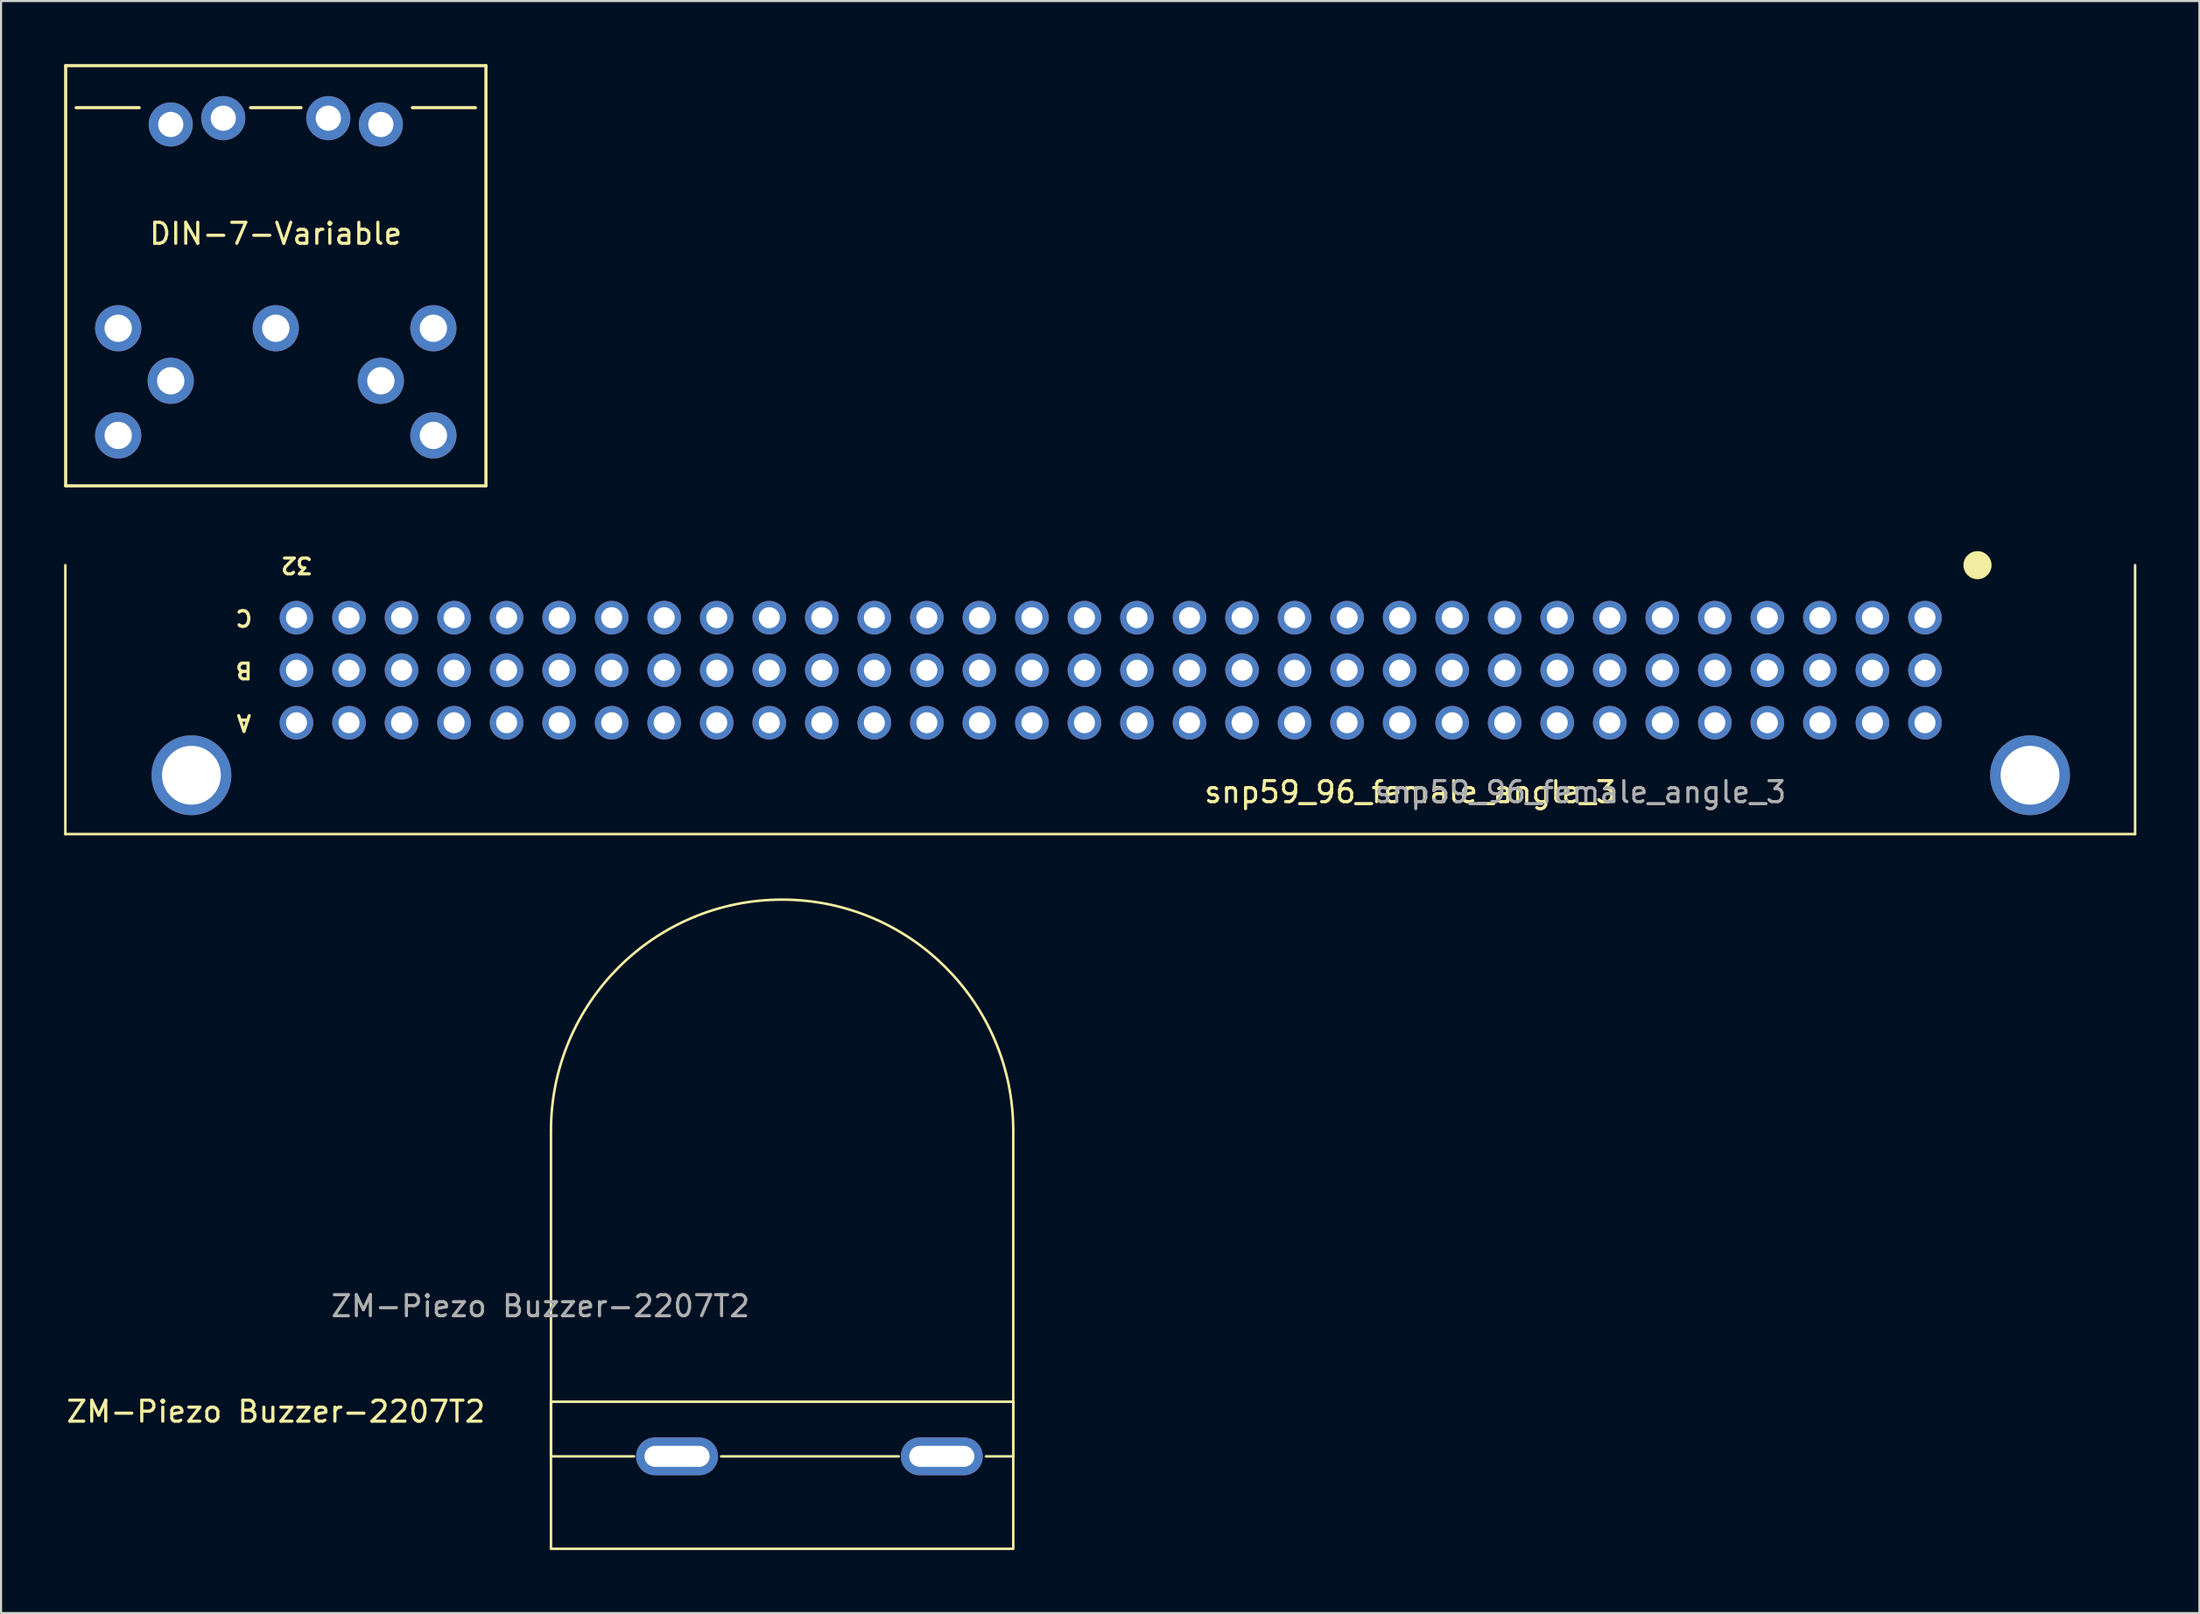
<source format=kicad_pcb>
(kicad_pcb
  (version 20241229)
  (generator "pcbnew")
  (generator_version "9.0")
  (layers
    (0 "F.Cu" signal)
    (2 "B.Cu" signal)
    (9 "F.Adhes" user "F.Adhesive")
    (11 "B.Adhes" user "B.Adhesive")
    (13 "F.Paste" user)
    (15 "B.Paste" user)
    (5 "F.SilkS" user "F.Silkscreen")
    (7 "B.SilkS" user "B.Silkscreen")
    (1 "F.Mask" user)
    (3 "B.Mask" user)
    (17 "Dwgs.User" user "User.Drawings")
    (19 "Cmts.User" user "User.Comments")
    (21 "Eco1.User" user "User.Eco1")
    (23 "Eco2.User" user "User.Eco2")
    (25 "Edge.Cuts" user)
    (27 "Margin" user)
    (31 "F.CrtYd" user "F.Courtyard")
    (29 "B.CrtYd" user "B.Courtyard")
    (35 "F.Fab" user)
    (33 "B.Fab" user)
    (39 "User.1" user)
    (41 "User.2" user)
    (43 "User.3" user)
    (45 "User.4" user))
  (footprint "DIN-7-Variable"
    (layer "F.Cu")
    (at 10.075 12.575)
    (property "Reference" "DIN-7-Variable" (at 0 -4.5 180) (layer "F.SilkS") (effects (font (size 1 1) (thickness 0.15))))
    (attr through_hole)
    (fp_line (start -10 -12.5) (end -10 7.5) (stroke (width 0.15) (type solid)) (layer "F.SilkS"))
    (fp_line (start -10 7.5) (end 10 7.5) (stroke (width 0.15) (type solid)) (layer "F.SilkS"))
    (fp_line (start -9.5 -10.5) (end -6.5 -10.5) (stroke (width 0.15) (type solid)) (layer "F.SilkS"))
    (fp_line (start -1.2 -10.5) (end 1.2 -10.5) (stroke (width 0.15) (type solid)) (layer "F.SilkS"))
    (fp_line (start 6.5 -10.5) (end 9.5 -10.5) (stroke (width 0.15) (type solid)) (layer "F.SilkS"))
    (fp_line (start 10 -12.5) (end -10 -12.5) (stroke (width 0.15) (type solid)) (layer "F.SilkS"))
    (fp_line (start 10 7.5) (end 10 -12.5) (stroke (width 0.15) (type solid)) (layer "F.SilkS"))
    (pad "" thru_hole circle (at -5 -9.7) (size 2.1 2.1) (drill 1.2) (layers "*.Cu" "*.Mask"))
    (pad "" thru_hole circle (at -2.5 -10) (size 2.1 2.1) (drill 1.2) (layers "*.Cu" "*.Mask"))
    (pad "" thru_hole circle (at 2.5 -10) (size 2.1 2.1) (drill 1.2) (layers "*.Cu" "*.Mask"))
    (pad "" thru_hole circle (at 5 -9.7) (size 2.1 2.1) (drill 1.2) (layers "*.Cu" "*.Mask"))
    (pad "1" thru_hole circle (at -7.5 0) (size 2.2 2.2) (drill 1.3) (layers "*.Cu" "*.Mask"))
    (pad "2" thru_hole circle (at 0 0) (size 2.2 2.2) (drill 1.3) (layers "*.Cu" "*.Mask"))
    (pad "3" thru_hole circle (at 7.5 0) (size 2.2 2.2) (drill 1.3) (layers "*.Cu" "*.Mask"))
    (pad "4" thru_hole circle (at -5 2.5) (size 2.2 2.2) (drill 1.3) (layers "*.Cu" "*.Mask"))
    (pad "5" thru_hole circle (at 5 2.5) (size 2.2 2.2) (drill 1.3) (layers "*.Cu" "*.Mask"))
    (pad "6" thru_hole circle (at -7.5 5.1) (size 2.2 2.2) (drill 1.3) (layers "*.Cu" "*.Mask"))
    (pad "7" thru_hole circle (at 7.5 5.1) (size 2.2 2.2) (drill 1.3) (layers "*.Cu" "*.Mask")))
  (footprint "snp59_96_female_angle_3"
    (layer "F.Cu")
    (at 88.56 31.352)
    (property "Reference" "snp59_96_female_angle_3" (at -24.5 3.3 0) (unlocked yes) (layer "F.SilkS") (effects (font (size 1 1) (thickness 0.15))))
    (attr through_hole)
    (fp_line (start -88.5 5.3) (end -88.5 -7.5) (stroke (width 0.12) (type solid)) (layer "F.SilkS"))
    (fp_line (start 10 -7.5) (end 10 5.3) (stroke (width 0.12) (type solid)) (layer "F.SilkS"))
    (fp_line (start 10 5.3) (end -88.5 5.3) (stroke (width 0.12) (type solid)) (layer "F.SilkS"))
    (fp_circle (center 2.5 -7.5) (end 3.108 -7.5) (stroke (width 0.12) (type solid)) (fill yes) (layer "F.SilkS"))
    (fp_text user "32" (at -77.5 -7.5 180) (unlocked yes) (layer "F.SilkS") (effects (font (size 0.75 0.75) (thickness 0.15))))
    (fp_text user "A" (at -80 0 180) (unlocked yes) (layer "F.SilkS") (effects (font (size 0.75 0.75) (thickness 0.15))))
    (fp_text user "B" (at -80 -2.5 180) (unlocked yes) (layer "F.SilkS") (effects (font (size 0.75 0.75) (thickness 0.15))))
    (fp_text user "C" (at -80 -5 180) (unlocked yes) (layer "F.SilkS") (effects (font (size 0.75 0.75) (thickness 0.15))))
    (fp_text user "${REFERENCE}" (at -16.4 3.3 0) (unlocked yes) (layer "F.Fab") (effects (font (size 1 1) (thickness 0.15))))
    (pad "" np_thru_hole circle (at -82.5 2.5) (size 3.8 3.8) (drill 2.8) (layers "*.Cu" "*.Mask"))
    (pad "" np_thru_hole circle (at 5 2.5) (size 3.8 3.8) (drill 2.8) (layers "*.Cu" "*.Mask"))
    (pad "1" thru_hole circle (at 0 -5) (size 1.6 1.6) (drill 1) (layers "*.Cu" "*.Mask"))
    (pad "1" thru_hole circle (at 0 -2.5) (size 1.6 1.6) (drill 1) (layers "*.Cu" "*.Mask"))
    (pad "2" thru_hole circle (at -2.5 -5) (size 1.6 1.6) (drill 1) (layers "*.Cu" "*.Mask"))
    (pad "2" thru_hole circle (at -2.5 -2.5) (size 1.6 1.6) (drill 1) (layers "*.Cu" "*.Mask"))
    (pad "3" thru_hole circle (at -5 -5) (size 1.6 1.6) (drill 1) (layers "*.Cu" "*.Mask"))
    (pad "3" thru_hole circle (at -5 -2.5) (size 1.6 1.6) (drill 1) (layers "*.Cu" "*.Mask"))
    (pad "4" thru_hole circle (at -7.5 -5) (size 1.6 1.6) (drill 1) (layers "*.Cu" "*.Mask"))
    (pad "4" thru_hole circle (at -7.5 -2.5) (size 1.6 1.6) (drill 1) (layers "*.Cu" "*.Mask"))
    (pad "5" thru_hole circle (at -10 -5) (size 1.6 1.6) (drill 1) (layers "*.Cu" "*.Mask"))
    (pad "5" thru_hole circle (at -10 -2.5) (size 1.6 1.6) (drill 1) (layers "*.Cu" "*.Mask"))
    (pad "6" thru_hole circle (at -12.5 -5) (size 1.6 1.6) (drill 1) (layers "*.Cu" "*.Mask"))
    (pad "6" thru_hole circle (at -12.5 -2.5) (size 1.6 1.6) (drill 1) (layers "*.Cu" "*.Mask"))
    (pad "7" thru_hole circle (at -15 -5) (size 1.6 1.6) (drill 1) (layers "*.Cu" "*.Mask"))
    (pad "7" thru_hole circle (at -15 -2.5) (size 1.6 1.6) (drill 1) (layers "*.Cu" "*.Mask"))
    (pad "8" thru_hole circle (at -17.5 -5) (size 1.6 1.6) (drill 1) (layers "*.Cu" "*.Mask"))
    (pad "8" thru_hole circle (at -17.5 -2.5) (size 1.6 1.6) (drill 1) (layers "*.Cu" "*.Mask"))
    (pad "9" thru_hole circle (at -20 -5) (size 1.6 1.6) (drill 1) (layers "*.Cu" "*.Mask"))
    (pad "9" thru_hole circle (at -20 -2.5) (size 1.6 1.6) (drill 1) (layers "*.Cu" "*.Mask"))
    (pad "10" thru_hole circle (at -22.5 -5) (size 1.6 1.6) (drill 1) (layers "*.Cu" "*.Mask"))
    (pad "10" thru_hole circle (at -22.5 -2.5) (size 1.6 1.6) (drill 1) (layers "*.Cu" "*.Mask"))
    (pad "11" thru_hole circle (at -25 -5) (size 1.6 1.6) (drill 1) (layers "*.Cu" "*.Mask"))
    (pad "11" thru_hole circle (at -25 -2.5) (size 1.6 1.6) (drill 1) (layers "*.Cu" "*.Mask"))
    (pad "12" thru_hole circle (at -27.5 -5) (size 1.6 1.6) (drill 1) (layers "*.Cu" "*.Mask"))
    (pad "12" thru_hole circle (at -27.5 -2.5) (size 1.6 1.6) (drill 1) (layers "*.Cu" "*.Mask"))
    (pad "13" thru_hole circle (at -30 -5) (size 1.6 1.6) (drill 1) (layers "*.Cu" "*.Mask"))
    (pad "13" thru_hole circle (at -30 -2.5) (size 1.6 1.6) (drill 1) (layers "*.Cu" "*.Mask"))
    (pad "14" thru_hole circle (at -32.5 -5) (size 1.6 1.6) (drill 1) (layers "*.Cu" "*.Mask"))
    (pad "14" thru_hole circle (at -32.5 -2.5) (size 1.6 1.6) (drill 1) (layers "*.Cu" "*.Mask"))
    (pad "15" thru_hole circle (at -35 -5) (size 1.6 1.6) (drill 1) (layers "*.Cu" "*.Mask"))
    (pad "15" thru_hole circle (at -35 -2.5) (size 1.6 1.6) (drill 1) (layers "*.Cu" "*.Mask"))
    (pad "16" thru_hole circle (at -37.5 -5) (size 1.6 1.6) (drill 1) (layers "*.Cu" "*.Mask"))
    (pad "16" thru_hole circle (at -37.5 -2.5) (size 1.6 1.6) (drill 1) (layers "*.Cu" "*.Mask"))
    (pad "17" thru_hole circle (at -40 -5) (size 1.6 1.6) (drill 1) (layers "*.Cu" "*.Mask"))
    (pad "17" thru_hole circle (at -40 -2.5) (size 1.6 1.6) (drill 1) (layers "*.Cu" "*.Mask"))
    (pad "18" thru_hole circle (at -42.5 -5) (size 1.6 1.6) (drill 1) (layers "*.Cu" "*.Mask"))
    (pad "18" thru_hole circle (at -42.5 -2.5) (size 1.6 1.6) (drill 1) (layers "*.Cu" "*.Mask"))
    (pad "19" thru_hole circle (at -45 -5) (size 1.6 1.6) (drill 1) (layers "*.Cu" "*.Mask"))
    (pad "19" thru_hole circle (at -45 -2.5) (size 1.6 1.6) (drill 1) (layers "*.Cu" "*.Mask"))
    (pad "20" thru_hole circle (at -47.5 -5) (size 1.6 1.6) (drill 1) (layers "*.Cu" "*.Mask"))
    (pad "20" thru_hole circle (at -47.5 -2.5) (size 1.6 1.6) (drill 1) (layers "*.Cu" "*.Mask"))
    (pad "21" thru_hole circle (at -50 -5) (size 1.6 1.6) (drill 1) (layers "*.Cu" "*.Mask"))
    (pad "21" thru_hole circle (at -50 -2.5) (size 1.6 1.6) (drill 1) (layers "*.Cu" "*.Mask"))
    (pad "22" thru_hole circle (at -52.5 -5) (size 1.6 1.6) (drill 1) (layers "*.Cu" "*.Mask"))
    (pad "22" thru_hole circle (at -52.5 -2.5) (size 1.6 1.6) (drill 1) (layers "*.Cu" "*.Mask"))
    (pad "23" thru_hole circle (at -55 -5) (size 1.6 1.6) (drill 1) (layers "*.Cu" "*.Mask"))
    (pad "23" thru_hole circle (at -55 -2.5) (size 1.6 1.6) (drill 1) (layers "*.Cu" "*.Mask"))
    (pad "24" thru_hole circle (at -57.5 -5) (size 1.6 1.6) (drill 1) (layers "*.Cu" "*.Mask"))
    (pad "24" thru_hole circle (at -57.5 -2.5) (size 1.6 1.6) (drill 1) (layers "*.Cu" "*.Mask"))
    (pad "25" thru_hole circle (at -60 -5) (size 1.6 1.6) (drill 1) (layers "*.Cu" "*.Mask"))
    (pad "25" thru_hole circle (at -60 -2.5) (size 1.6 1.6) (drill 1) (layers "*.Cu" "*.Mask"))
    (pad "26" thru_hole circle (at -62.5 -5) (size 1.6 1.6) (drill 1) (layers "*.Cu" "*.Mask"))
    (pad "26" thru_hole circle (at -62.5 -2.5) (size 1.6 1.6) (drill 1) (layers "*.Cu" "*.Mask"))
    (pad "27" thru_hole circle (at -65 -5) (size 1.6 1.6) (drill 1) (layers "*.Cu" "*.Mask"))
    (pad "27" thru_hole circle (at -65 -2.5) (size 1.6 1.6) (drill 1) (layers "*.Cu" "*.Mask"))
    (pad "28" thru_hole circle (at -67.5 -5) (size 1.6 1.6) (drill 1) (layers "*.Cu" "*.Mask"))
    (pad "28" thru_hole circle (at -67.5 -2.5) (size 1.6 1.6) (drill 1) (layers "*.Cu" "*.Mask"))
    (pad "29" thru_hole circle (at -70 -5) (size 1.6 1.6) (drill 1) (layers "*.Cu" "*.Mask"))
    (pad "29" thru_hole circle (at -70 -2.5) (size 1.6 1.6) (drill 1) (layers "*.Cu" "*.Mask"))
    (pad "30" thru_hole circle (at -72.5 -5) (size 1.6 1.6) (drill 1) (layers "*.Cu" "*.Mask"))
    (pad "30" thru_hole circle (at -72.5 -2.5) (size 1.6 1.6) (drill 1) (layers "*.Cu" "*.Mask"))
    (pad "31" thru_hole circle (at -75 -5) (size 1.6 1.6) (drill 1) (layers "*.Cu" "*.Mask"))
    (pad "31" thru_hole circle (at -75 -2.5) (size 1.6 1.6) (drill 1) (layers "*.Cu" "*.Mask"))
    (pad "32" thru_hole circle (at -77.5 -5) (size 1.6 1.6) (drill 1) (layers "*.Cu" "*.Mask"))
    (pad "32" thru_hole circle (at -77.5 -2.5) (size 1.6 1.6) (drill 1) (layers "*.Cu" "*.Mask"))
    (pad "33" thru_hole circle (at 0 0) (size 1.6 1.6) (drill 1) (layers "*.Cu" "*.Mask"))
    (pad "34" thru_hole circle (at -2.5 0) (size 1.6 1.6) (drill 1) (layers "*.Cu" "*.Mask"))
    (pad "35" thru_hole circle (at -5 0) (size 1.6 1.6) (drill 1) (layers "*.Cu" "*.Mask"))
    (pad "36" thru_hole circle (at -7.5 0) (size 1.6 1.6) (drill 1) (layers "*.Cu" "*.Mask"))
    (pad "37" thru_hole circle (at -10 0) (size 1.6 1.6) (drill 1) (layers "*.Cu" "*.Mask"))
    (pad "38" thru_hole circle (at -12.5 0) (size 1.6 1.6) (drill 1) (layers "*.Cu" "*.Mask"))
    (pad "39" thru_hole circle (at -15 0) (size 1.6 1.6) (drill 1) (layers "*.Cu" "*.Mask"))
    (pad "40" thru_hole circle (at -17.5 0) (size 1.6 1.6) (drill 1) (layers "*.Cu" "*.Mask"))
    (pad "41" thru_hole circle (at -20 0) (size 1.6 1.6) (drill 1) (layers "*.Cu" "*.Mask"))
    (pad "42" thru_hole circle (at -22.5 0) (size 1.6 1.6) (drill 1) (layers "*.Cu" "*.Mask"))
    (pad "43" thru_hole circle (at -25 0) (size 1.6 1.6) (drill 1) (layers "*.Cu" "*.Mask"))
    (pad "44" thru_hole circle (at -27.5 0) (size 1.6 1.6) (drill 1) (layers "*.Cu" "*.Mask"))
    (pad "45" thru_hole circle (at -30 0) (size 1.6 1.6) (drill 1) (layers "*.Cu" "*.Mask"))
    (pad "46" thru_hole circle (at -32.5 0) (size 1.6 1.6) (drill 1) (layers "*.Cu" "*.Mask"))
    (pad "47" thru_hole circle (at -35 0) (size 1.6 1.6) (drill 1) (layers "*.Cu" "*.Mask"))
    (pad "48" thru_hole circle (at -37.5 0) (size 1.6 1.6) (drill 1) (layers "*.Cu" "*.Mask"))
    (pad "49" thru_hole circle (at -40 0) (size 1.6 1.6) (drill 1) (layers "*.Cu" "*.Mask"))
    (pad "50" thru_hole circle (at -42.5 0) (size 1.6 1.6) (drill 1) (layers "*.Cu" "*.Mask"))
    (pad "51" thru_hole circle (at -45 0) (size 1.6 1.6) (drill 1) (layers "*.Cu" "*.Mask"))
    (pad "52" thru_hole circle (at -47.5 0) (size 1.6 1.6) (drill 1) (layers "*.Cu" "*.Mask"))
    (pad "53" thru_hole circle (at -50 0) (size 1.6 1.6) (drill 1) (layers "*.Cu" "*.Mask"))
    (pad "54" thru_hole circle (at -52.5 0) (size 1.6 1.6) (drill 1) (layers "*.Cu" "*.Mask"))
    (pad "55" thru_hole circle (at -55 0) (size 1.6 1.6) (drill 1) (layers "*.Cu" "*.Mask"))
    (pad "56" thru_hole circle (at -57.5 0) (size 1.6 1.6) (drill 1) (layers "*.Cu" "*.Mask"))
    (pad "57" thru_hole circle (at -60 0) (size 1.6 1.6) (drill 1) (layers "*.Cu" "*.Mask"))
    (pad "58" thru_hole circle (at -62.5 0) (size 1.6 1.6) (drill 1) (layers "*.Cu" "*.Mask"))
    (pad "59" thru_hole circle (at -65 0) (size 1.6 1.6) (drill 1) (layers "*.Cu" "*.Mask"))
    (pad "60" thru_hole circle (at -67.5 0) (size 1.6 1.6) (drill 1) (layers "*.Cu" "*.Mask"))
    (pad "61" thru_hole circle (at -70 0) (size 1.6 1.6) (drill 1) (layers "*.Cu" "*.Mask"))
    (pad "62" thru_hole circle (at -72.5 0) (size 1.6 1.6) (drill 1) (layers "*.Cu" "*.Mask"))
    (pad "63" thru_hole circle (at -75 0) (size 1.6 1.6) (drill 1) (layers "*.Cu" "*.Mask"))
    (pad "64" thru_hole circle (at -77.5 0) (size 1.6 1.6) (drill 1) (layers "*.Cu" "*.Mask")))
  (footprint "ZM-Piezo Buzzer-2207T2"
    (layer "F.Cu")
    (at 23.171 63.672)
    (property "Reference" "ZM-Piezo Buzzer-2207T2" (at -13.093 0.47 0) (unlocked yes) (layer "F.SilkS") (effects (font (size 1 1) (thickness 0.15))))
    (attr through_hole)
    (fp_line (start 0 -12.9) (end 0 2.6) (stroke (width 0.12) (type default)) (layer "F.SilkS"))
    (fp_line (start 3.95 2.6) (end 0 2.6) (stroke (width 0.12) (type default)) (layer "F.SilkS"))
    (fp_line (start 16.55 2.6) (end 8.1 2.6) (stroke (width 0.12) (type default)) (layer "F.SilkS"))
    (fp_line (start 22 -12.9) (end 22 2.6) (stroke (width 0.12) (type default)) (layer "F.SilkS"))
    (fp_line (start 22 2.6) (end 20.7 2.6) (stroke (width 0.12) (type default)) (layer "F.SilkS"))
    (fp_rect (start 0 7) (end 22 0) (stroke (width 0.12) (type default)) (fill no) (layer "F.SilkS"))
    (fp_arc (start 0 -12.9) (mid 11 -23.9) (end 22 -12.9) (stroke (width 0.12) (type default)) (layer "F.SilkS"))
    (fp_line (start 7.45 2.6) (end 4.55 2.6) (stroke (width 0.12) (type default)) (layer "Dwgs.User"))
    (fp_line (start 20.05 2.6) (end 17.15 2.6) (stroke (width 0.12) (type default)) (layer "Dwgs.User"))
    (fp_text user "${REFERENCE}" (at -0.5 -4.55 0) (unlocked yes) (layer "F.Fab") (effects (font (size 1 1) (thickness 0.15))))
    (pad "1" thru_hole oval (at 18.6 2.6) (size 3.9 1.8) (drill oval 3.1 1) (layers "*.Cu" "*.Mask"))
    (pad "2" thru_hole oval (at 6 2.6) (size 3.9 1.8) (drill oval 3.1 1) (layers "*.Cu" "*.Mask")))
  (gr_rect
    (start -3 -3)
    (end 101.62 73.732)
    (stroke (width 0.1) (type default))
    (fill no)
    (layer "Edge.Cuts")))
</source>
